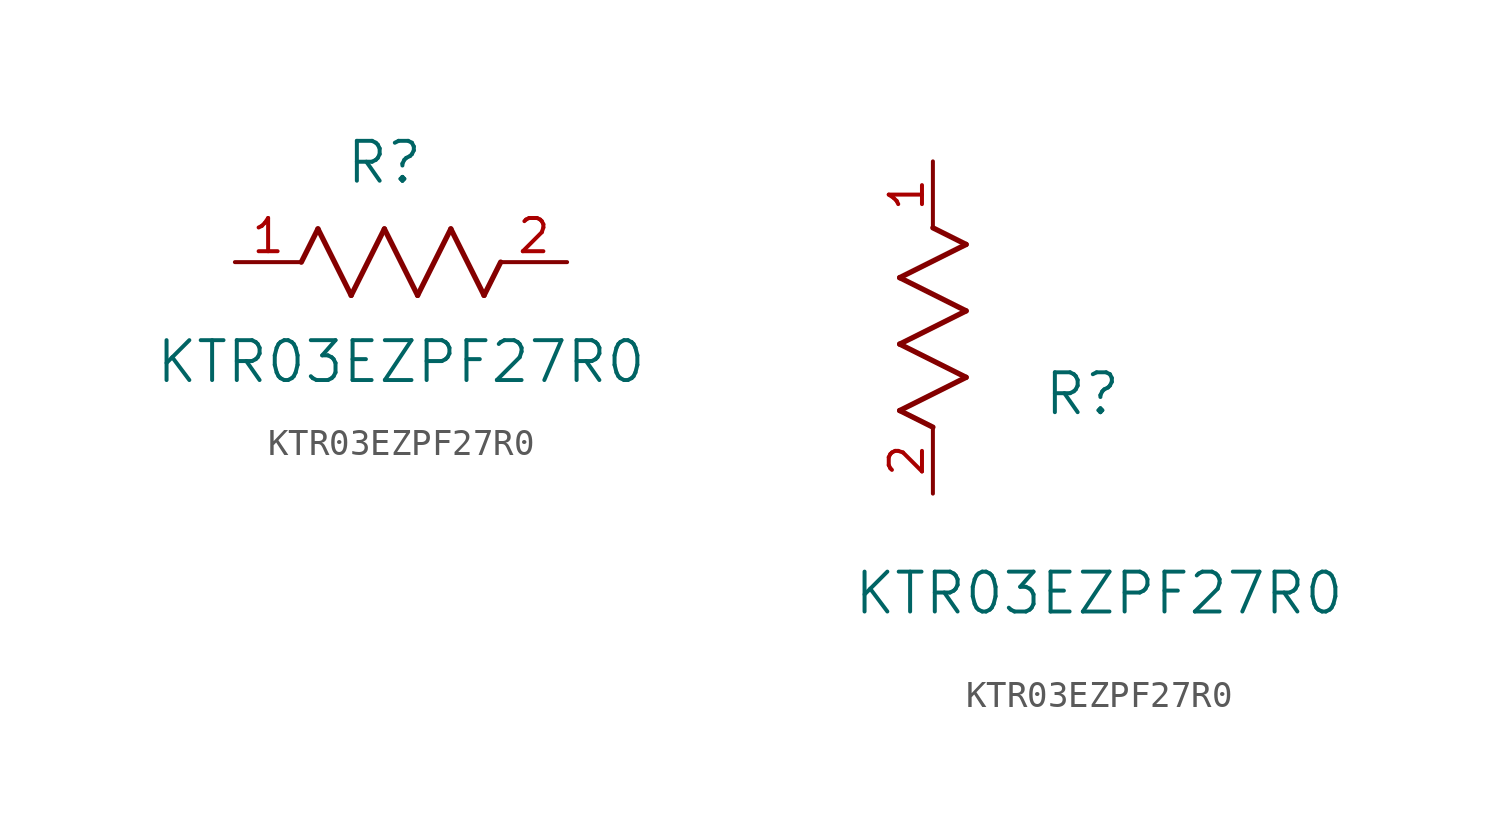
<source format=kicad_sym>
(kicad_symbol_lib
  (version 20211014)
  (generator kicad_symbol_editor)
  (symbol "KTR03EZPF27R0"
    (pin_names
      (offset 0.254))
    (property "Reference" "R"
      (at 5.715 3.81 0)
      (effects (font (size 1.524 1.524))))
    (property "Value" "KTR03EZPF27R0"
      (at 6.35 -3.81 0)
      (effects (font (size 1.524 1.524))))
    (symbol "KTR03EZPF27R0_1_1"
      (polyline (pts (xy 3.175 1.27) (xy 4.445 -1.27)) (stroke (width 0.203) (type default) (color 0 0 0 0)) (fill (type none)))
      (polyline (pts (xy 4.445 -1.27) (xy 5.715 1.27)) (stroke (width 0.203) (type default) (color 0 0 0 0)) (fill (type none)))
      (polyline (pts (xy 5.715 1.27) (xy 6.985 -1.27)) (stroke (width 0.203) (type default) (color 0 0 0 0)) (fill (type none)))
      (polyline (pts (xy 6.985 -1.27) (xy 8.255 1.27)) (stroke (width 0.203) (type default) (color 0 0 0 0)) (fill (type none)))
      (polyline (pts (xy 8.255 1.27) (xy 9.525 -1.27)) (stroke (width 0.203) (type default) (color 0 0 0 0)) (fill (type none)))
      (polyline (pts (xy 2.54 0) (xy 3.175 1.27)) (stroke (width 0.203) (type default) (color 0 0 0 0)) (fill (type none)))
      (polyline (pts (xy 9.525 -1.27) (xy 10.16 0)) (stroke (width 0.203) (type default) (color 0 0 0 0)) (fill (type none)))
      (pin unspecified line (at 0 0 0) (length 2.54) (name "" (effects (font (size 1.27 1.27)))) (number "1" (effects (font (size 1.27 1.27)))))
      (pin unspecified line (at 12.7 0 180) (length 2.54) (name "" (effects (font (size 1.27 1.27)))) (number "2" (effects (font (size 1.27 1.27))))))
    (symbol "KTR03EZPF27R0_1_2"
      (polyline (pts (xy 0 2.54) (xy -1.27 3.175)) (stroke (width 0.203) (type default) (color 0 0 0 0)) (fill (type none)))
      (polyline (pts (xy -1.27 3.175) (xy 1.27 4.445)) (stroke (width 0.203) (type default) (color 0 0 0 0)) (fill (type none)))
      (polyline (pts (xy 1.27 4.445) (xy -1.27 5.715)) (stroke (width 0.203) (type default) (color 0 0 0 0)) (fill (type none)))
      (polyline (pts (xy -1.27 5.715) (xy 1.27 6.985)) (stroke (width 0.203) (type default) (color 0 0 0 0)) (fill (type none)))
      (polyline (pts (xy -1.27 8.255) (xy 1.27 9.525)) (stroke (width 0.203) (type default) (color 0 0 0 0)) (fill (type none)))
      (polyline (pts (xy 1.27 9.525) (xy 0 10.16)) (stroke (width 0.203) (type default) (color 0 0 0 0)) (fill (type none)))
      (polyline (pts (xy 1.27 6.985) (xy -1.27 8.255)) (stroke (width 0.203) (type default) (color 0 0 0 0)) (fill (type none)))
      (pin unspecified line (at 0 12.7 270) (length 2.54) (name "" (effects (font (size 1.27 1.27)))) (number "1" (effects (font (size 1.27 1.27)))))
      (pin unspecified line (at 0 0 90) (length 2.54) (name "" (effects (font (size 1.27 1.27)))) (number "2" (effects (font (size 1.27 1.27))))))))
</source>
